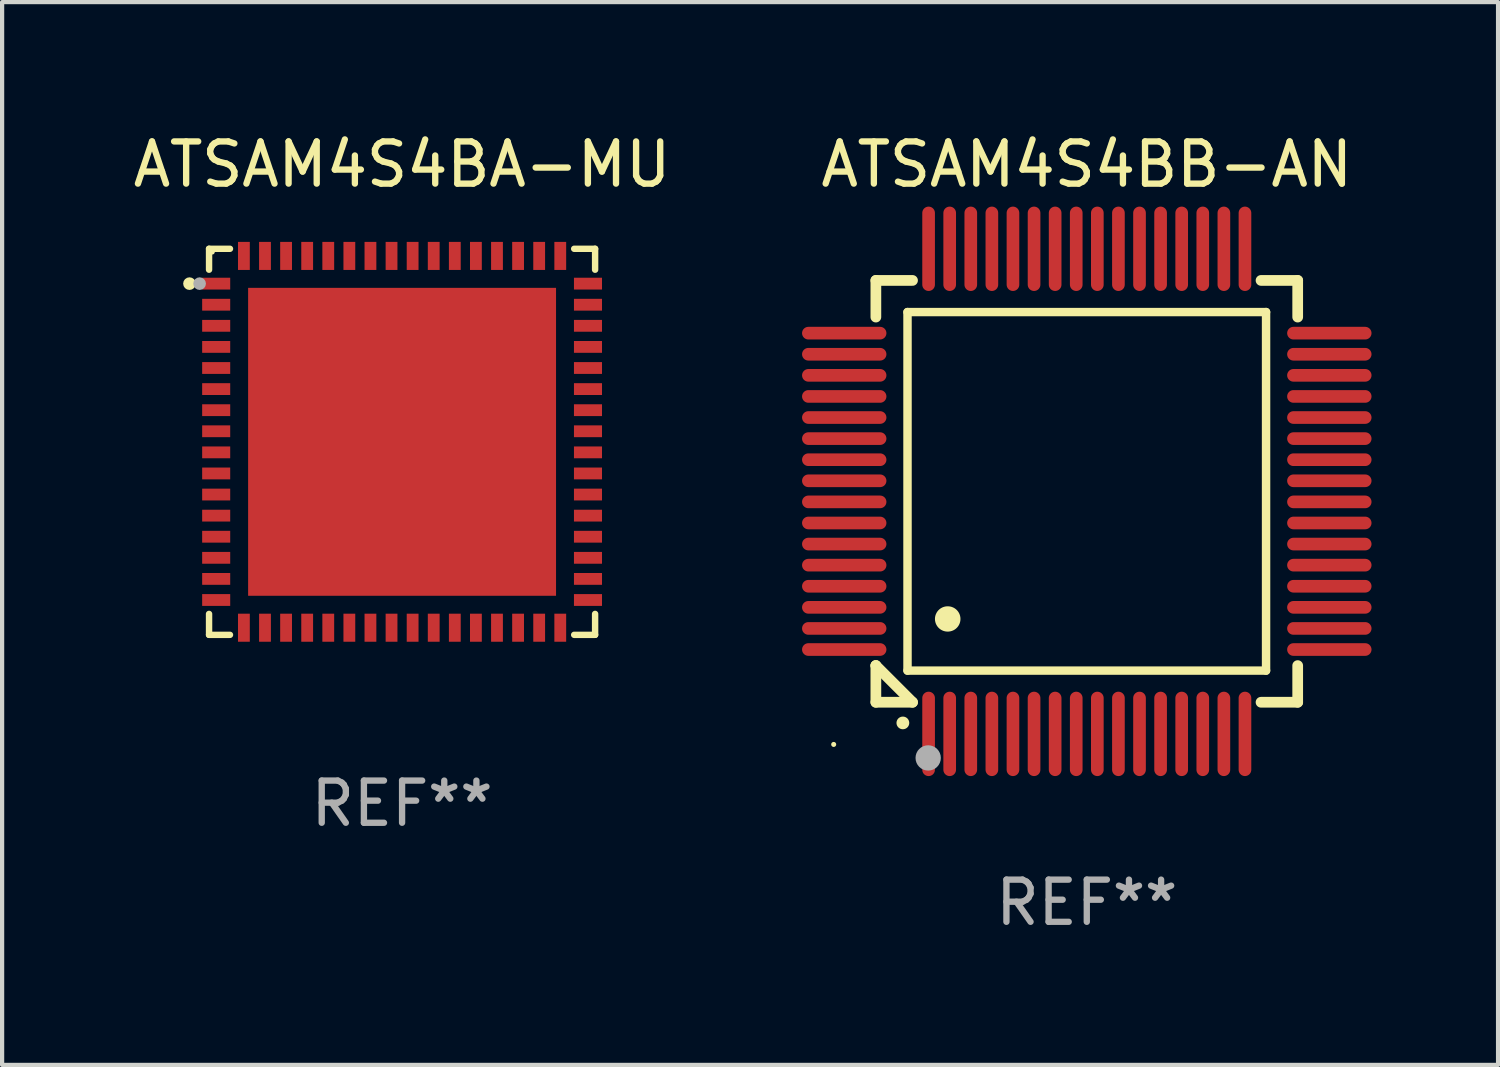
<source format=kicad_pcb>
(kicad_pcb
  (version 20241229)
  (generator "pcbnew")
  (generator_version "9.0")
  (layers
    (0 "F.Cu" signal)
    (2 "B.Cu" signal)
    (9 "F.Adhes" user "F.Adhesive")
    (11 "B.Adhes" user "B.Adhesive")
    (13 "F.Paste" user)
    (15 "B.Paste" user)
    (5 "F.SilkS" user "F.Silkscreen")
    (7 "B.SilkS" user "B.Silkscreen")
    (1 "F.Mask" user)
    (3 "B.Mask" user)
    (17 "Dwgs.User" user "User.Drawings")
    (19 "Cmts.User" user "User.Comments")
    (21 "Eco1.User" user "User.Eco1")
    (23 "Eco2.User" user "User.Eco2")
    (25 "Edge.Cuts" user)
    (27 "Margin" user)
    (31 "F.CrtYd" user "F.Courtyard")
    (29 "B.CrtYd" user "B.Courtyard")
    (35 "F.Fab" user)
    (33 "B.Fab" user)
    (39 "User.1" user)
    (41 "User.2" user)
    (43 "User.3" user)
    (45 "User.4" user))
  (footprint "ATSAM4S4BB-AN"
    (layer "F.Cu")
    (at 22.714 8.598)
    (property "Reference" "ATSAM4S4BB-AN" (at 0 -7.75 0) (layer "F.SilkS") (effects (font (size 1 1) (thickness 0.15))))
    (attr through_hole)
    (fp_line (start -5 -5) (end -4.131 -5) (stroke (width 0.254) (type solid)) (layer "F.SilkS"))
    (fp_line (start -5 -4.131) (end -5 -5) (stroke (width 0.254) (type solid)) (layer "F.SilkS"))
    (fp_line (start -5 4.131) (end -5 4.131) (stroke (width 0.254) (type solid)) (layer "F.SilkS"))
    (fp_line (start -5 5) (end -5 4.131) (stroke (width 0.254) (type solid)) (layer "F.SilkS"))
    (fp_line (start -5 4.131) (end -4.131 5) (stroke (width 0.254) (type solid)) (layer "F.SilkS"))
    (fp_line (start -4.25 -4.25) (end -4.25 4.25) (stroke (width 0.2) (type solid)) (layer "F.SilkS"))
    (fp_line (start -4.25 4.25) (end 4.25 4.25) (stroke (width 0.2) (type solid)) (layer "F.SilkS"))
    (fp_line (start -4.131 5) (end -5 5) (stroke (width 0.254) (type solid)) (layer "F.SilkS"))
    (fp_line (start 4.25 -4.25) (end -4.25 -4.25) (stroke (width 0.2) (type solid)) (layer "F.SilkS"))
    (fp_line (start 4.25 4.25) (end 4.25 -4.25) (stroke (width 0.2) (type solid)) (layer "F.SilkS"))
    (fp_line (start 5 -5) (end 4.131 -5) (stroke (width 0.254) (type solid)) (layer "F.SilkS"))
    (fp_line (start 5 -5) (end 5 -4.131) (stroke (width 0.254) (type solid)) (layer "F.SilkS"))
    (fp_line (start 5 4.131) (end 5 5) (stroke (width 0.254) (type solid)) (layer "F.SilkS"))
    (fp_line (start 5 5) (end 4.131 5) (stroke (width 0.254) (type solid)) (layer "F.SilkS"))
    (fp_arc (start -4.361265 5.489992) (mid -4.359995 5.489987) (end -4.358725 5.489992) (stroke (width 0.3) (type solid)) (layer "F.SilkS"))
    (fp_arc (start -3.299467 3.025146) (mid -3.296927 3.025135) (end -3.294387 3.025146) (stroke (width 0.6) (type solid)) (layer "F.SilkS"))
    (fp_circle (center -6 6) (end -5.97 6) (stroke (width 0.06) (type solid)) (fill no) (layer "F.SilkS"))
    (fp_circle (center -3.76 6.32) (end -3.61 6.32) (stroke (width 0.3) (type solid)) (fill no) (layer "F.Fab"))
    (fp_text user "REF**" (at 0 9.75 0) (layer "F.Fab") (effects (font (size 1 1) (thickness 0.15))))
    (pad "1" smd oval (at -3.75 5.75) (size 0.3 2) (layers "F.Cu" "F.Mask" "F.Paste"))
    (pad "2" smd oval (at -3.25 5.75) (size 0.3 2) (layers "F.Cu" "F.Mask" "F.Paste"))
    (pad "3" smd oval (at -2.75 5.75) (size 0.3 2) (layers "F.Cu" "F.Mask" "F.Paste"))
    (pad "4" smd oval (at -2.25 5.75) (size 0.3 2) (layers "F.Cu" "F.Mask" "F.Paste"))
    (pad "5" smd oval (at -1.75 5.75) (size 0.3 2) (layers "F.Cu" "F.Mask" "F.Paste"))
    (pad "6" smd oval (at -1.25 5.75) (size 0.3 2) (layers "F.Cu" "F.Mask" "F.Paste"))
    (pad "7" smd oval (at -0.75 5.75) (size 0.3 2) (layers "F.Cu" "F.Mask" "F.Paste"))
    (pad "8" smd oval (at -0.25 5.75) (size 0.3 2) (layers "F.Cu" "F.Mask" "F.Paste"))
    (pad "9" smd oval (at 0.25 5.75) (size 0.3 2) (layers "F.Cu" "F.Mask" "F.Paste"))
    (pad "10" smd oval (at 0.75 5.75) (size 0.3 2) (layers "F.Cu" "F.Mask" "F.Paste"))
    (pad "11" smd oval (at 1.25 5.75) (size 0.3 2) (layers "F.Cu" "F.Mask" "F.Paste"))
    (pad "12" smd oval (at 1.75 5.75) (size 0.3 2) (layers "F.Cu" "F.Mask" "F.Paste"))
    (pad "13" smd oval (at 2.25 5.75) (size 0.3 2) (layers "F.Cu" "F.Mask" "F.Paste"))
    (pad "14" smd oval (at 2.75 5.75) (size 0.3 2) (layers "F.Cu" "F.Mask" "F.Paste"))
    (pad "15" smd oval (at 3.25 5.75) (size 0.3 2) (layers "F.Cu" "F.Mask" "F.Paste"))
    (pad "16" smd oval (at 3.75 5.75) (size 0.3 2) (layers "F.Cu" "F.Mask" "F.Paste"))
    (pad "17" smd oval (at 5.75 3.75) (size 2 0.3) (layers "F.Cu" "F.Mask" "F.Paste"))
    (pad "18" smd oval (at 5.75 3.25) (size 2 0.3) (layers "F.Cu" "F.Mask" "F.Paste"))
    (pad "19" smd oval (at 5.75 2.75) (size 2 0.3) (layers "F.Cu" "F.Mask" "F.Paste"))
    (pad "20" smd oval (at 5.75 2.25) (size 2 0.3) (layers "F.Cu" "F.Mask" "F.Paste"))
    (pad "21" smd oval (at 5.75 1.75) (size 2 0.3) (layers "F.Cu" "F.Mask" "F.Paste"))
    (pad "22" smd oval (at 5.75 1.25) (size 2 0.3) (layers "F.Cu" "F.Mask" "F.Paste"))
    (pad "23" smd oval (at 5.75 0.75) (size 2 0.3) (layers "F.Cu" "F.Mask" "F.Paste"))
    (pad "24" smd oval (at 5.75 0.25) (size 2 0.3) (layers "F.Cu" "F.Mask" "F.Paste"))
    (pad "25" smd oval (at 5.75 -0.25) (size 2 0.3) (layers "F.Cu" "F.Mask" "F.Paste"))
    (pad "26" smd oval (at 5.75 -0.75) (size 2 0.3) (layers "F.Cu" "F.Mask" "F.Paste"))
    (pad "27" smd oval (at 5.75 -1.25) (size 2 0.3) (layers "F.Cu" "F.Mask" "F.Paste"))
    (pad "28" smd oval (at 5.75 -1.75) (size 2 0.3) (layers "F.Cu" "F.Mask" "F.Paste"))
    (pad "29" smd oval (at 5.75 -2.25) (size 2 0.3) (layers "F.Cu" "F.Mask" "F.Paste"))
    (pad "30" smd oval (at 5.75 -2.75) (size 2 0.3) (layers "F.Cu" "F.Mask" "F.Paste"))
    (pad "31" smd oval (at 5.75 -3.25) (size 2 0.3) (layers "F.Cu" "F.Mask" "F.Paste"))
    (pad "32" smd oval (at 5.75 -3.75) (size 2 0.3) (layers "F.Cu" "F.Mask" "F.Paste"))
    (pad "33" smd oval (at 3.75 -5.75) (size 0.3 2) (layers "F.Cu" "F.Mask" "F.Paste"))
    (pad "34" smd oval (at 3.25 -5.75) (size 0.3 2) (layers "F.Cu" "F.Mask" "F.Paste"))
    (pad "35" smd oval (at 2.75 -5.75) (size 0.3 2) (layers "F.Cu" "F.Mask" "F.Paste"))
    (pad "36" smd oval (at 2.25 -5.75) (size 0.3 2) (layers "F.Cu" "F.Mask" "F.Paste"))
    (pad "37" smd oval (at 1.75 -5.75) (size 0.3 2) (layers "F.Cu" "F.Mask" "F.Paste"))
    (pad "38" smd oval (at 1.25 -5.75) (size 0.3 2) (layers "F.Cu" "F.Mask" "F.Paste"))
    (pad "39" smd oval (at 0.75 -5.75) (size 0.3 2) (layers "F.Cu" "F.Mask" "F.Paste"))
    (pad "40" smd oval (at 0.25 -5.75) (size 0.3 2) (layers "F.Cu" "F.Mask" "F.Paste"))
    (pad "41" smd oval (at -0.25 -5.75) (size 0.3 2) (layers "F.Cu" "F.Mask" "F.Paste"))
    (pad "42" smd oval (at -0.75 -5.75) (size 0.3 2) (layers "F.Cu" "F.Mask" "F.Paste"))
    (pad "43" smd oval (at -1.25 -5.75) (size 0.3 2) (layers "F.Cu" "F.Mask" "F.Paste"))
    (pad "44" smd oval (at -1.75 -5.75) (size 0.3 2) (layers "F.Cu" "F.Mask" "F.Paste"))
    (pad "45" smd oval (at -2.25 -5.75) (size 0.3 2) (layers "F.Cu" "F.Mask" "F.Paste"))
    (pad "46" smd oval (at -2.75 -5.75) (size 0.3 2) (layers "F.Cu" "F.Mask" "F.Paste"))
    (pad "47" smd oval (at -3.25 -5.75) (size 0.3 2) (layers "F.Cu" "F.Mask" "F.Paste"))
    (pad "48" smd oval (at -3.75 -5.75) (size 0.3 2) (layers "F.Cu" "F.Mask" "F.Paste"))
    (pad "49" smd oval (at -5.75 -3.75) (size 2 0.3) (layers "F.Cu" "F.Mask" "F.Paste"))
    (pad "50" smd oval (at -5.75 -3.25) (size 2 0.3) (layers "F.Cu" "F.Mask" "F.Paste"))
    (pad "51" smd oval (at -5.75 -2.75) (size 2 0.3) (layers "F.Cu" "F.Mask" "F.Paste"))
    (pad "52" smd oval (at -5.75 -2.25) (size 2 0.3) (layers "F.Cu" "F.Mask" "F.Paste"))
    (pad "53" smd oval (at -5.75 -1.75) (size 2 0.3) (layers "F.Cu" "F.Mask" "F.Paste"))
    (pad "54" smd oval (at -5.75 -1.25) (size 2 0.3) (layers "F.Cu" "F.Mask" "F.Paste"))
    (pad "55" smd oval (at -5.75 -0.75) (size 2 0.3) (layers "F.Cu" "F.Mask" "F.Paste"))
    (pad "56" smd oval (at -5.75 -0.25) (size 2 0.3) (layers "F.Cu" "F.Mask" "F.Paste"))
    (pad "57" smd oval (at -5.75 0.25) (size 2 0.3) (layers "F.Cu" "F.Mask" "F.Paste"))
    (pad "58" smd oval (at -5.75 0.75) (size 2 0.3) (layers "F.Cu" "F.Mask" "F.Paste"))
    (pad "59" smd oval (at -5.75 1.25) (size 2 0.3) (layers "F.Cu" "F.Mask" "F.Paste"))
    (pad "60" smd oval (at -5.75 1.75) (size 2 0.3) (layers "F.Cu" "F.Mask" "F.Paste"))
    (pad "61" smd oval (at -5.75 2.25) (size 2 0.3) (layers "F.Cu" "F.Mask" "F.Paste"))
    (pad "62" smd oval (at -5.75 2.75) (size 2 0.3) (layers "F.Cu" "F.Mask" "F.Paste"))
    (pad "63" smd oval (at -5.75 3.25) (size 2 0.3) (layers "F.Cu" "F.Mask" "F.Paste"))
    (pad "64" smd oval (at -5.75 3.75) (size 2 0.3) (layers "F.Cu" "F.Mask" "F.Paste")))
  (footprint "ATSAM4S4BA-MU"
    (layer "F.Cu")
    (at 6.482 7.424)
    (property "Reference" "ATSAM4S4BA-MU" (at 0 -6.576 0) (layer "F.SilkS") (effects (font (size 1 1) (thickness 0.15))))
    (attr through_hole)
    (fp_line (start -4.576 -4.576) (end -4.576 -4.08) (stroke (width 0.152) (type solid)) (layer "F.SilkS"))
    (fp_line (start -4.576 4.576) (end -4.576 4.08) (stroke (width 0.152) (type solid)) (layer "F.SilkS"))
    (fp_line (start -4.08 -4.576) (end -4.576 -4.576) (stroke (width 0.152) (type solid)) (layer "F.SilkS"))
    (fp_line (start -4.08 4.576) (end -4.576 4.576) (stroke (width 0.152) (type solid)) (layer "F.SilkS"))
    (fp_line (start 4.08 -4.576) (end 4.576 -4.576) (stroke (width 0.152) (type solid)) (layer "F.SilkS"))
    (fp_line (start 4.08 4.576) (end 4.576 4.576) (stroke (width 0.152) (type solid)) (layer "F.SilkS"))
    (fp_line (start 4.576 -4.576) (end 4.576 -4.08) (stroke (width 0.152) (type solid)) (layer "F.SilkS"))
    (fp_line (start 4.576 4.576) (end 4.576 4.08) (stroke (width 0.152) (type solid)) (layer "F.SilkS"))
    (fp_circle (center -5.04 -3.75) (end -4.965 -3.75) (stroke (width 0.15) (type solid)) (fill no) (layer "F.SilkS"))
    (fp_circle (center -4.5 -4.5) (end -4.47 -4.5) (stroke (width 0.06) (type solid)) (fill no) (layer "F.SilkS"))
    (fp_circle (center -4.8 -3.75) (end -4.725 -3.75) (stroke (width 0.15) (type solid)) (fill no) (layer "F.Fab"))
    (fp_text user "REF**" (at 0 8.576 0) (layer "F.Fab") (effects (font (size 1 1) (thickness 0.15))))
    (pad "1" smd rect (at -4.407 -3.75) (size 0.665 0.28) (layers "F.Cu" "F.Mask" "F.Paste"))
    (pad "2" smd rect (at -4.407 -3.25) (size 0.665 0.28) (layers "F.Cu" "F.Mask" "F.Paste"))
    (pad "3" smd rect (at -4.407 -2.75) (size 0.665 0.28) (layers "F.Cu" "F.Mask" "F.Paste"))
    (pad "4" smd rect (at -4.407 -2.25) (size 0.665 0.28) (layers "F.Cu" "F.Mask" "F.Paste"))
    (pad "5" smd rect (at -4.407 -1.75) (size 0.665 0.28) (layers "F.Cu" "F.Mask" "F.Paste"))
    (pad "6" smd rect (at -4.407 -1.25) (size 0.665 0.28) (layers "F.Cu" "F.Mask" "F.Paste"))
    (pad "7" smd rect (at -4.407 -0.75) (size 0.665 0.28) (layers "F.Cu" "F.Mask" "F.Paste"))
    (pad "8" smd rect (at -4.407 -0.25) (size 0.665 0.28) (layers "F.Cu" "F.Mask" "F.Paste"))
    (pad "9" smd rect (at -4.407 0.25) (size 0.665 0.28) (layers "F.Cu" "F.Mask" "F.Paste"))
    (pad "10" smd rect (at -4.407 0.75) (size 0.665 0.28) (layers "F.Cu" "F.Mask" "F.Paste"))
    (pad "11" smd rect (at -4.407 1.25) (size 0.665 0.28) (layers "F.Cu" "F.Mask" "F.Paste"))
    (pad "12" smd rect (at -4.407 1.75) (size 0.665 0.28) (layers "F.Cu" "F.Mask" "F.Paste"))
    (pad "13" smd rect (at -4.407 2.25) (size 0.665 0.28) (layers "F.Cu" "F.Mask" "F.Paste"))
    (pad "14" smd rect (at -4.407 2.75) (size 0.665 0.28) (layers "F.Cu" "F.Mask" "F.Paste"))
    (pad "15" smd rect (at -4.407 3.25) (size 0.665 0.28) (layers "F.Cu" "F.Mask" "F.Paste"))
    (pad "16" smd rect (at -4.407 3.75) (size 0.665 0.28) (layers "F.Cu" "F.Mask" "F.Paste"))
    (pad "17" smd rect (at -3.75 4.407) (size 0.28 0.665) (layers "F.Cu" "F.Mask" "F.Paste"))
    (pad "18" smd rect (at -3.25 4.407) (size 0.28 0.665) (layers "F.Cu" "F.Mask" "F.Paste"))
    (pad "19" smd rect (at -2.75 4.407) (size 0.28 0.665) (layers "F.Cu" "F.Mask" "F.Paste"))
    (pad "20" smd rect (at -2.25 4.407) (size 0.28 0.665) (layers "F.Cu" "F.Mask" "F.Paste"))
    (pad "21" smd rect (at -1.75 4.407) (size 0.28 0.665) (layers "F.Cu" "F.Mask" "F.Paste"))
    (pad "22" smd rect (at -1.25 4.407) (size 0.28 0.665) (layers "F.Cu" "F.Mask" "F.Paste"))
    (pad "23" smd rect (at -0.75 4.407) (size 0.28 0.665) (layers "F.Cu" "F.Mask" "F.Paste"))
    (pad "24" smd rect (at -0.25 4.407) (size 0.28 0.665) (layers "F.Cu" "F.Mask" "F.Paste"))
    (pad "25" smd rect (at 0.25 4.407) (size 0.28 0.665) (layers "F.Cu" "F.Mask" "F.Paste"))
    (pad "26" smd rect (at 0.75 4.407) (size 0.28 0.665) (layers "F.Cu" "F.Mask" "F.Paste"))
    (pad "27" smd rect (at 1.25 4.407) (size 0.28 0.665) (layers "F.Cu" "F.Mask" "F.Paste"))
    (pad "28" smd rect (at 1.75 4.407) (size 0.28 0.665) (layers "F.Cu" "F.Mask" "F.Paste"))
    (pad "29" smd rect (at 2.25 4.407) (size 0.28 0.665) (layers "F.Cu" "F.Mask" "F.Paste"))
    (pad "30" smd rect (at 2.75 4.407) (size 0.28 0.665) (layers "F.Cu" "F.Mask" "F.Paste"))
    (pad "31" smd rect (at 3.25 4.407) (size 0.28 0.665) (layers "F.Cu" "F.Mask" "F.Paste"))
    (pad "32" smd rect (at 3.75 4.407) (size 0.28 0.665) (layers "F.Cu" "F.Mask" "F.Paste"))
    (pad "33" smd rect (at 4.407 3.75) (size 0.665 0.28) (layers "F.Cu" "F.Mask" "F.Paste"))
    (pad "34" smd rect (at 4.407 3.25) (size 0.665 0.28) (layers "F.Cu" "F.Mask" "F.Paste"))
    (pad "35" smd rect (at 4.407 2.75) (size 0.665 0.28) (layers "F.Cu" "F.Mask" "F.Paste"))
    (pad "36" smd rect (at 4.407 2.25) (size 0.665 0.28) (layers "F.Cu" "F.Mask" "F.Paste"))
    (pad "37" smd rect (at 4.407 1.75) (size 0.665 0.28) (layers "F.Cu" "F.Mask" "F.Paste"))
    (pad "38" smd rect (at 4.407 1.25) (size 0.665 0.28) (layers "F.Cu" "F.Mask" "F.Paste"))
    (pad "39" smd rect (at 4.407 0.75) (size 0.665 0.28) (layers "F.Cu" "F.Mask" "F.Paste"))
    (pad "40" smd rect (at 4.407 0.25) (size 0.665 0.28) (layers "F.Cu" "F.Mask" "F.Paste"))
    (pad "41" smd rect (at 4.407 -0.25) (size 0.665 0.28) (layers "F.Cu" "F.Mask" "F.Paste"))
    (pad "42" smd rect (at 4.407 -0.75) (size 0.665 0.28) (layers "F.Cu" "F.Mask" "F.Paste"))
    (pad "43" smd rect (at 4.407 -1.25) (size 0.665 0.28) (layers "F.Cu" "F.Mask" "F.Paste"))
    (pad "44" smd rect (at 4.407 -1.75) (size 0.665 0.28) (layers "F.Cu" "F.Mask" "F.Paste"))
    (pad "45" smd rect (at 4.407 -2.25) (size 0.665 0.28) (layers "F.Cu" "F.Mask" "F.Paste"))
    (pad "46" smd rect (at 4.407 -2.75) (size 0.665 0.28) (layers "F.Cu" "F.Mask" "F.Paste"))
    (pad "47" smd rect (at 4.407 -3.25) (size 0.665 0.28) (layers "F.Cu" "F.Mask" "F.Paste"))
    (pad "48" smd rect (at 4.407 -3.75) (size 0.665 0.28) (layers "F.Cu" "F.Mask" "F.Paste"))
    (pad "49" smd rect (at 3.75 -4.407) (size 0.28 0.665) (layers "F.Cu" "F.Mask" "F.Paste"))
    (pad "50" smd rect (at 3.25 -4.407) (size 0.28 0.665) (layers "F.Cu" "F.Mask" "F.Paste"))
    (pad "51" smd rect (at 2.75 -4.407) (size 0.28 0.665) (layers "F.Cu" "F.Mask" "F.Paste"))
    (pad "52" smd rect (at 2.25 -4.407) (size 0.28 0.665) (layers "F.Cu" "F.Mask" "F.Paste"))
    (pad "53" smd rect (at 1.75 -4.407) (size 0.28 0.665) (layers "F.Cu" "F.Mask" "F.Paste"))
    (pad "54" smd rect (at 1.25 -4.407) (size 0.28 0.665) (layers "F.Cu" "F.Mask" "F.Paste"))
    (pad "55" smd rect (at 0.75 -4.407) (size 0.28 0.665) (layers "F.Cu" "F.Mask" "F.Paste"))
    (pad "56" smd rect (at 0.25 -4.407) (size 0.28 0.665) (layers "F.Cu" "F.Mask" "F.Paste"))
    (pad "57" smd rect (at -0.25 -4.407) (size 0.28 0.665) (layers "F.Cu" "F.Mask" "F.Paste"))
    (pad "58" smd rect (at -0.75 -4.407) (size 0.28 0.665) (layers "F.Cu" "F.Mask" "F.Paste"))
    (pad "59" smd rect (at -1.25 -4.407) (size 0.28 0.665) (layers "F.Cu" "F.Mask" "F.Paste"))
    (pad "60" smd rect (at -1.75 -4.407) (size 0.28 0.665) (layers "F.Cu" "F.Mask" "F.Paste"))
    (pad "61" smd rect (at -2.25 -4.407) (size 0.28 0.665) (layers "F.Cu" "F.Mask" "F.Paste"))
    (pad "62" smd rect (at -2.75 -4.407) (size 0.28 0.665) (layers "F.Cu" "F.Mask" "F.Paste"))
    (pad "63" smd rect (at -3.25 -4.407) (size 0.28 0.665) (layers "F.Cu" "F.Mask" "F.Paste"))
    (pad "64" smd rect (at -3.75 -4.407) (size 0.28 0.665) (layers "F.Cu" "F.Mask" "F.Paste"))
    (pad "65" smd rect (at 0 0) (size 7.3 7.3) (layers "F.Cu" "F.Mask" "F.Paste")))
  (gr_rect
    (start -3 -3)
    (end 32.464 22.196)
    (stroke (width 0.1) (type default))
    (fill no)
    (layer "Edge.Cuts")))
</source>
